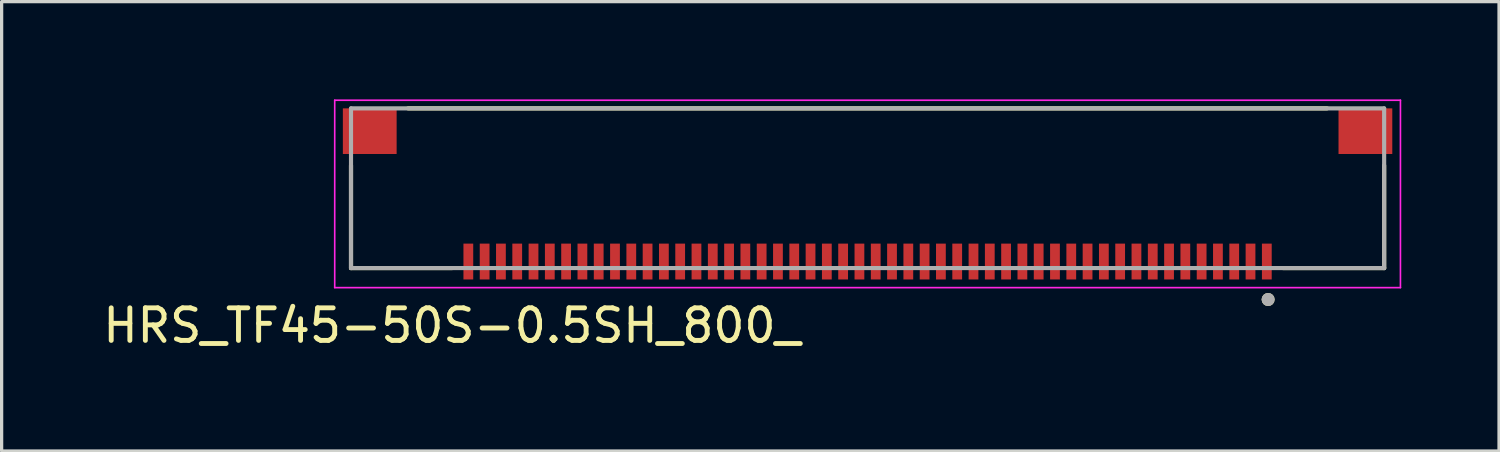
<source format=kicad_pcb>
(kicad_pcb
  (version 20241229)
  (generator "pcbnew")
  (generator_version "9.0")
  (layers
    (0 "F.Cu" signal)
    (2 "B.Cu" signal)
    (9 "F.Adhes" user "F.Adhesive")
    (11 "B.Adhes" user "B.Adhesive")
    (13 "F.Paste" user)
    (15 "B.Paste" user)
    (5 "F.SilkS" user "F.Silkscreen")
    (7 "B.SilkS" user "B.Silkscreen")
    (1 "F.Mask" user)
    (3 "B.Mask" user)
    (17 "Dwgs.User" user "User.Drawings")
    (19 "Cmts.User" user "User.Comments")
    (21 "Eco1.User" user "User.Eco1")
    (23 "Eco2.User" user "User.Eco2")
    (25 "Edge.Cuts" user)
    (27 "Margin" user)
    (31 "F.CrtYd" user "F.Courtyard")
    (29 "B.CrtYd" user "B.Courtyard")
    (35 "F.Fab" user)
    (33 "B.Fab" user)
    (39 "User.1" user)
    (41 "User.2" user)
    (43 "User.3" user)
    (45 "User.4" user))
  (footprint "HRS_TF45-50S-0.5SH_800_"
    (layer "F.Cu")
    (at 23.57 2.725)
    (property "Reference" "HRS_TF45-50S-0.5SH_800_" (at -12.755 4.215 0) (layer "F.SilkS") (effects (font (size 1 1) (thickness 0.15))))
    (attr smd)
    (fp_line (start -15.85 2.45) (end -15.85 -0.7) (stroke (width 0.127) (type solid)) (layer "F.SilkS"))
    (fp_line (start -14.1 -2.45) (end 14.1 -2.45) (stroke (width 0.127) (type solid)) (layer "F.SilkS"))
    (fp_line (start -12.75 2.45) (end -15.85 2.45) (stroke (width 0.127) (type solid)) (layer "F.SilkS"))
    (fp_line (start 15.85 -0.7) (end 15.85 2.45) (stroke (width 0.127) (type solid)) (layer "F.SilkS"))
    (fp_line (start 15.85 2.45) (end 12.75 2.45) (stroke (width 0.127) (type solid)) (layer "F.SilkS"))
    (fp_circle (center 12.29 3.415) (end 12.39 3.415) (stroke (width 0.2) (type solid)) (fill no) (layer "F.SilkS"))
    (fp_line (start -16.35 -2.7) (end 16.35 -2.7) (stroke (width 0.05) (type solid)) (layer "F.CrtYd"))
    (fp_line (start -16.35 3.05) (end -16.35 -2.7) (stroke (width 0.05) (type solid)) (layer "F.CrtYd"))
    (fp_line (start 16.35 -2.7) (end 16.35 3.05) (stroke (width 0.05) (type solid)) (layer "F.CrtYd"))
    (fp_line (start 16.35 3.05) (end -16.35 3.05) (stroke (width 0.05) (type solid)) (layer "F.CrtYd"))
    (fp_line (start -15.85 -2.45) (end 15.85 -2.45) (stroke (width 0.127) (type solid)) (layer "F.Fab"))
    (fp_line (start -15.85 2.45) (end -15.85 -2.45) (stroke (width 0.127) (type solid)) (layer "F.Fab"))
    (fp_line (start 15.85 -2.45) (end 15.85 2.45) (stroke (width 0.127) (type solid)) (layer "F.Fab"))
    (fp_line (start 15.85 2.45) (end -15.85 2.45) (stroke (width 0.127) (type solid)) (layer "F.Fab"))
    (fp_circle (center 12.29 3.415) (end 12.39 3.415) (stroke (width 0.2) (type solid)) (fill no) (layer "F.Fab"))
    (pad "1" smd rect (at 12.25 2.25) (size 0.3 1.1) (layers "F.Cu" "F.Mask" "F.Paste"))
    (pad "2" smd rect (at 11.75 2.25) (size 0.3 1.1) (layers "F.Cu" "F.Mask" "F.Paste"))
    (pad "3" smd rect (at 11.25 2.25) (size 0.3 1.1) (layers "F.Cu" "F.Mask" "F.Paste"))
    (pad "4" smd rect (at 10.75 2.25) (size 0.3 1.1) (layers "F.Cu" "F.Mask" "F.Paste"))
    (pad "5" smd rect (at 10.25 2.25) (size 0.3 1.1) (layers "F.Cu" "F.Mask" "F.Paste"))
    (pad "6" smd rect (at 9.75 2.25) (size 0.3 1.1) (layers "F.Cu" "F.Mask" "F.Paste"))
    (pad "7" smd rect (at 9.25 2.25) (size 0.3 1.1) (layers "F.Cu" "F.Mask" "F.Paste"))
    (pad "8" smd rect (at 8.75 2.25) (size 0.3 1.1) (layers "F.Cu" "F.Mask" "F.Paste"))
    (pad "9" smd rect (at 8.25 2.25) (size 0.3 1.1) (layers "F.Cu" "F.Mask" "F.Paste"))
    (pad "10" smd rect (at 7.75 2.25) (size 0.3 1.1) (layers "F.Cu" "F.Mask" "F.Paste"))
    (pad "11" smd rect (at 7.25 2.25) (size 0.3 1.1) (layers "F.Cu" "F.Mask" "F.Paste"))
    (pad "12" smd rect (at 6.75 2.25) (size 0.3 1.1) (layers "F.Cu" "F.Mask" "F.Paste"))
    (pad "13" smd rect (at 6.25 2.25) (size 0.3 1.1) (layers "F.Cu" "F.Mask" "F.Paste"))
    (pad "14" smd rect (at 5.75 2.25) (size 0.3 1.1) (layers "F.Cu" "F.Mask" "F.Paste"))
    (pad "15" smd rect (at 5.25 2.25) (size 0.3 1.1) (layers "F.Cu" "F.Mask" "F.Paste"))
    (pad "16" smd rect (at 4.75 2.25) (size 0.3 1.1) (layers "F.Cu" "F.Mask" "F.Paste"))
    (pad "17" smd rect (at 4.25 2.25) (size 0.3 1.1) (layers "F.Cu" "F.Mask" "F.Paste"))
    (pad "18" smd rect (at 3.75 2.25) (size 0.3 1.1) (layers "F.Cu" "F.Mask" "F.Paste"))
    (pad "19" smd rect (at 3.25 2.25) (size 0.3 1.1) (layers "F.Cu" "F.Mask" "F.Paste"))
    (pad "20" smd rect (at 2.75 2.25) (size 0.3 1.1) (layers "F.Cu" "F.Mask" "F.Paste"))
    (pad "21" smd rect (at 2.25 2.25) (size 0.3 1.1) (layers "F.Cu" "F.Mask" "F.Paste"))
    (pad "22" smd rect (at 1.75 2.25) (size 0.3 1.1) (layers "F.Cu" "F.Mask" "F.Paste"))
    (pad "23" smd rect (at 1.25 2.25) (size 0.3 1.1) (layers "F.Cu" "F.Mask" "F.Paste"))
    (pad "24" smd rect (at 0.75 2.25) (size 0.3 1.1) (layers "F.Cu" "F.Mask" "F.Paste"))
    (pad "25" smd rect (at 0.25 2.25) (size 0.3 1.1) (layers "F.Cu" "F.Mask" "F.Paste"))
    (pad "26" smd rect (at -0.25 2.25) (size 0.3 1.1) (layers "F.Cu" "F.Mask" "F.Paste"))
    (pad "27" smd rect (at -0.75 2.25) (size 0.3 1.1) (layers "F.Cu" "F.Mask" "F.Paste"))
    (pad "28" smd rect (at -1.25 2.25) (size 0.3 1.1) (layers "F.Cu" "F.Mask" "F.Paste"))
    (pad "29" smd rect (at -1.75 2.25) (size 0.3 1.1) (layers "F.Cu" "F.Mask" "F.Paste"))
    (pad "30" smd rect (at -2.25 2.25) (size 0.3 1.1) (layers "F.Cu" "F.Mask" "F.Paste"))
    (pad "31" smd rect (at -2.75 2.25) (size 0.3 1.1) (layers "F.Cu" "F.Mask" "F.Paste"))
    (pad "32" smd rect (at -3.25 2.25) (size 0.3 1.1) (layers "F.Cu" "F.Mask" "F.Paste"))
    (pad "33" smd rect (at -3.75 2.25) (size 0.3 1.1) (layers "F.Cu" "F.Mask" "F.Paste"))
    (pad "34" smd rect (at -4.25 2.25) (size 0.3 1.1) (layers "F.Cu" "F.Mask" "F.Paste"))
    (pad "35" smd rect (at -4.75 2.25) (size 0.3 1.1) (layers "F.Cu" "F.Mask" "F.Paste"))
    (pad "36" smd rect (at -5.25 2.25) (size 0.3 1.1) (layers "F.Cu" "F.Mask" "F.Paste"))
    (pad "37" smd rect (at -5.75 2.25) (size 0.3 1.1) (layers "F.Cu" "F.Mask" "F.Paste"))
    (pad "38" smd rect (at -6.25 2.25) (size 0.3 1.1) (layers "F.Cu" "F.Mask" "F.Paste"))
    (pad "39" smd rect (at -6.75 2.25) (size 0.3 1.1) (layers "F.Cu" "F.Mask" "F.Paste"))
    (pad "40" smd rect (at -7.25 2.25) (size 0.3 1.1) (layers "F.Cu" "F.Mask" "F.Paste"))
    (pad "41" smd rect (at -7.75 2.25) (size 0.3 1.1) (layers "F.Cu" "F.Mask" "F.Paste"))
    (pad "42" smd rect (at -8.25 2.25) (size 0.3 1.1) (layers "F.Cu" "F.Mask" "F.Paste"))
    (pad "43" smd rect (at -8.75 2.25) (size 0.3 1.1) (layers "F.Cu" "F.Mask" "F.Paste"))
    (pad "44" smd rect (at -9.25 2.25) (size 0.3 1.1) (layers "F.Cu" "F.Mask" "F.Paste"))
    (pad "45" smd rect (at -9.75 2.25) (size 0.3 1.1) (layers "F.Cu" "F.Mask" "F.Paste"))
    (pad "46" smd rect (at -10.25 2.25) (size 0.3 1.1) (layers "F.Cu" "F.Mask" "F.Paste"))
    (pad "47" smd rect (at -10.75 2.25) (size 0.3 1.1) (layers "F.Cu" "F.Mask" "F.Paste"))
    (pad "48" smd rect (at -11.25 2.25) (size 0.3 1.1) (layers "F.Cu" "F.Mask" "F.Paste"))
    (pad "49" smd rect (at -11.75 2.25) (size 0.3 1.1) (layers "F.Cu" "F.Mask" "F.Paste"))
    (pad "50" smd rect (at -12.25 2.25) (size 0.3 1.1) (layers "F.Cu" "F.Mask" "F.Paste"))
    (pad "S1" smd rect (at -15.275 -1.75) (size 1.65 1.4) (layers "F.Cu" "F.Mask" "F.Paste"))
    (pad "S2" smd rect (at 15.275 -1.75) (size 1.65 1.4) (layers "F.Cu" "F.Mask" "F.Paste")))
  (gr_rect
    (start -3 -3)
    (end 42.945 10.788)
    (stroke (width 0.1) (type default))
    (fill no)
    (layer "Edge.Cuts")))
</source>
